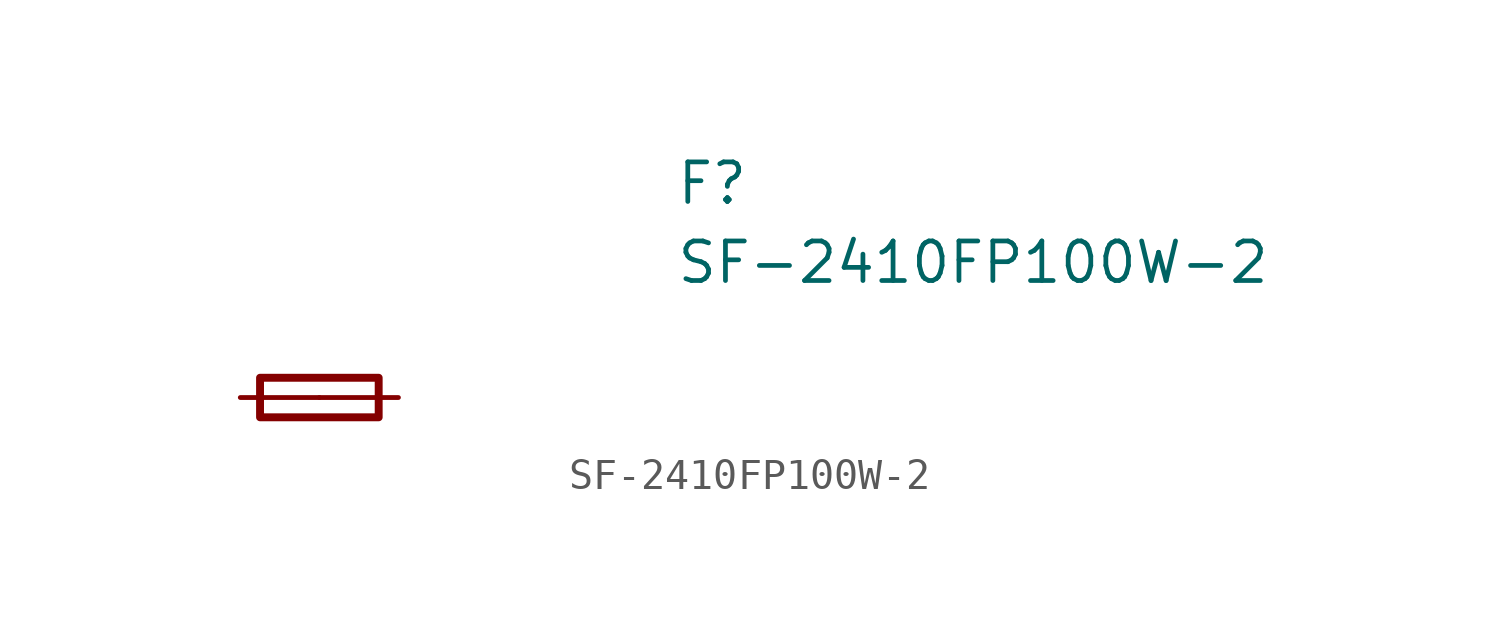
<source format=kicad_sym>
(kicad_symbol_lib
  (version 20220914)
  (generator kicad_symbol_editor)
  (symbol "SF-2410FP100W-2"
    (pin_numbers hide)
    (pin_names hide)
    (property "Reference" "F"
      (at 13.97 6.35 0)
      (effects (font (size 1.27 1.27)) (justify left top)))
    (property "Value" "SF-2410FP100W-2"
      (at 13.97 3.81 0)
      (effects (font (size 1.27 1.27)) (justify left top)))
    (symbol "SF-2410FP100W-2_1_1"
      (rectangle (start 0.635 -0.635) (end 4.445 -1.905) (stroke (width 0.254) (type default)) (fill (type none)))
      (pin passive line (at 0 -1.27 0) (length 2.54) (name "1" (effects (font (size 1.27 1.27)))) (number "1" (effects (font (size 1.27 1.27)))))
      (pin passive line (at 5.08 -1.27 180) (length 2.54) (name "" (effects (font (size 1.27 1.27)))) (number "2" (effects (font (size 1.27 1.27))))))))
</source>
